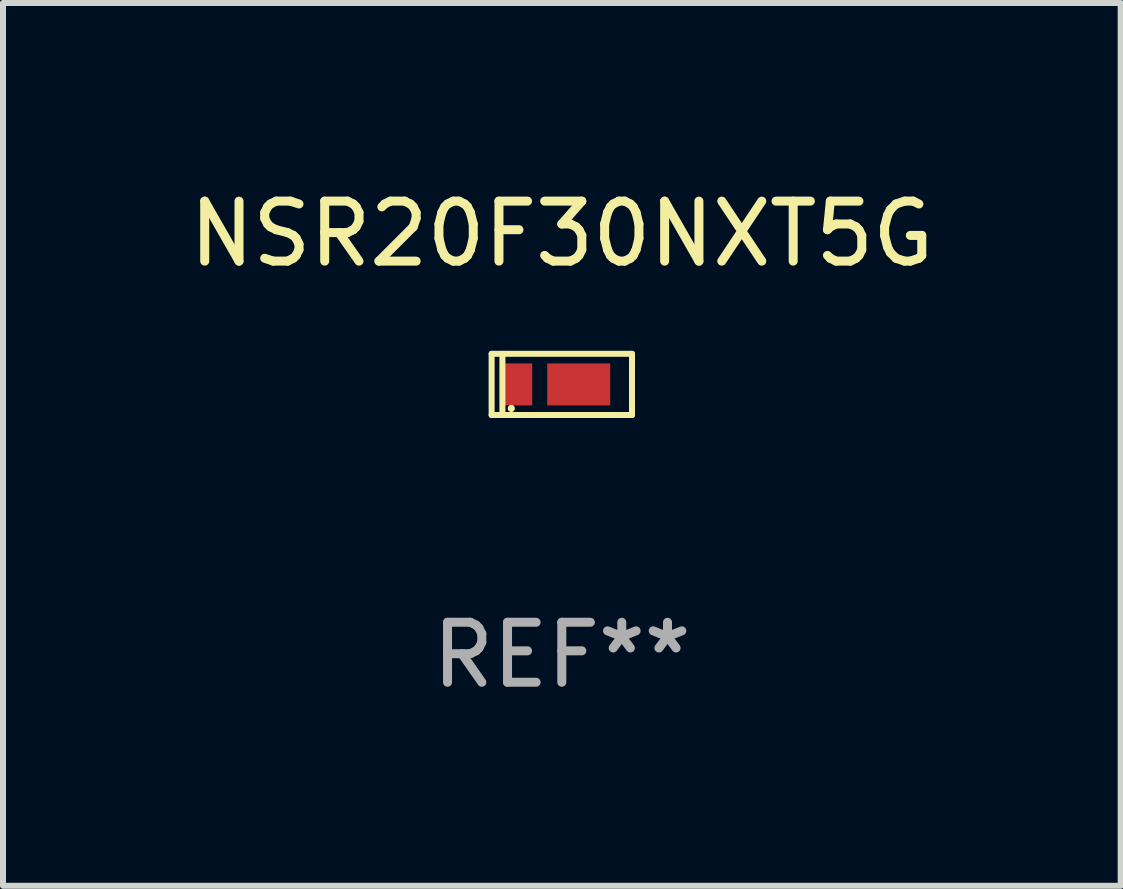
<source format=kicad_pcb>
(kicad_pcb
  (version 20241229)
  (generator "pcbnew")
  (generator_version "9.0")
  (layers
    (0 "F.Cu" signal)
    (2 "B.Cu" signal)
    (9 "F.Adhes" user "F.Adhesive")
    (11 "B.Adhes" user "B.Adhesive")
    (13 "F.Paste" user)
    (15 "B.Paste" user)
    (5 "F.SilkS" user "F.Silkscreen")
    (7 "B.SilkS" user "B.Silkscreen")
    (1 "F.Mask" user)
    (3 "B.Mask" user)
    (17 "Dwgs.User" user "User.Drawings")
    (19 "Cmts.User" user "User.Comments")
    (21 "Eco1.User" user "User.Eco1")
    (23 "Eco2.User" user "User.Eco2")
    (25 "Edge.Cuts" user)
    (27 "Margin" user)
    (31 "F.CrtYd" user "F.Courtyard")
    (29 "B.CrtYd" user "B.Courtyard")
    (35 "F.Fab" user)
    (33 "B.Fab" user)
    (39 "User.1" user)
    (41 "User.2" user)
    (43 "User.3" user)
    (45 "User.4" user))
  (footprint "NSR20F30NXT5G"
    (layer "F.Cu")
    (at 6.315 3.358)
    (property "Reference" "NSR20F30NXT5G" (at 0 -2.51 0) (layer "F.SilkS") (effects (font (size 1 1) (thickness 0.15))))
    (attr through_hole)
    (fp_line (start -1.17 -0.51) (end -1.17 0.51) (stroke (width 0.1) (type solid)) (layer "F.SilkS"))
    (fp_line (start -1.17 -0.51) (end 1.17 -0.51) (stroke (width 0.1) (type solid)) (layer "F.SilkS"))
    (fp_line (start -1.17 0.51) (end 1.17 0.51) (stroke (width 0.1) (type solid)) (layer "F.SilkS"))
    (fp_line (start -0.99 -0.51) (end -0.99 0.51) (stroke (width 0.1) (type solid)) (layer "F.SilkS"))
    (fp_line (start 1.17 -0.51) (end 1.17 0.51) (stroke (width 0.1) (type solid)) (layer "F.SilkS"))
    (fp_circle (center -0.842 0.4) (end -0.812 0.4) (stroke (width 0.06) (type solid)) (fill no) (layer "F.SilkS"))
    (fp_text user "REF**" (at 0 4.51 0) (layer "F.Fab") (effects (font (size 1 1) (thickness 0.15))))
    (pad "1" smd rect (at -0.753 0) (size 0.52 0.7) (layers "F.Cu" "F.Mask" "F.Paste"))
    (pad "2" smd rect (at 0.282 0) (size 1.05 0.7) (layers "F.Cu" "F.Mask" "F.Paste")))
  (gr_rect
    (start -3 -3)
    (end 15.631 11.716)
    (stroke (width 0.1) (type default))
    (fill no)
    (layer "Edge.Cuts")))
</source>
